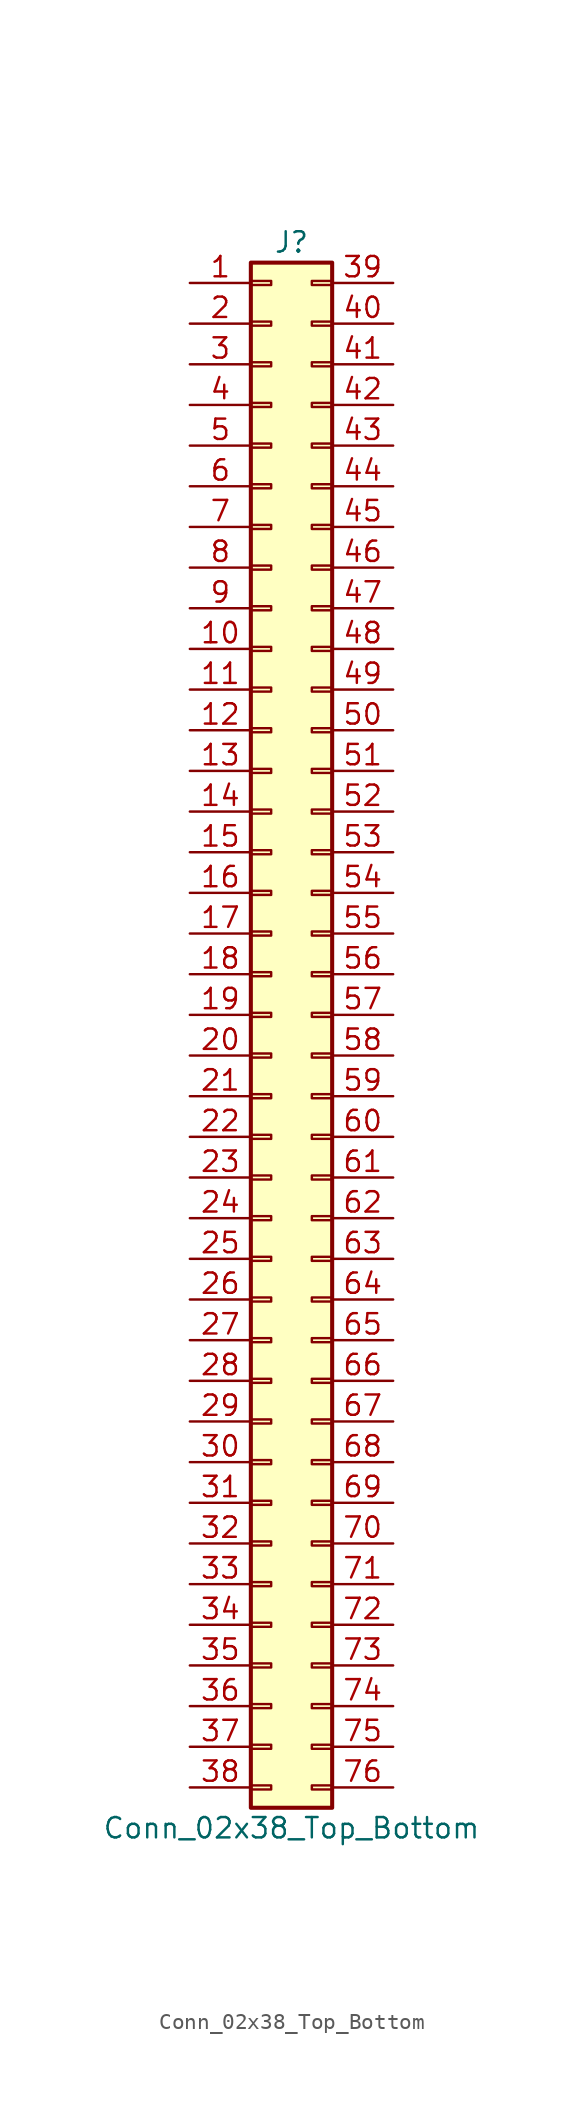
<source format=kicad_sym>
(kicad_symbol_lib
  (version 20220914)
  (generator kicad_symbol_editor)
  (symbol "Conn_02x38_Top_Bottom"
    (pin_names
      (offset 1.016) hide)
    (property "Reference" "J"
      (at 1.27 48.26 0)
      (effects (font (size 1.27 1.27))))
    (property "Value" "Conn_02x38_Top_Bottom"
      (at 1.27 -50.8 0)
      (effects (font (size 1.27 1.27))))
    (symbol "Conn_02x38_Top_Bottom_1_1"
      (rectangle (start -1.27 -48.133) (end 0 -48.387) (stroke (width 0.152) (type default)) (fill (type none)))
      (rectangle (start -1.27 -45.593) (end 0 -45.847) (stroke (width 0.152) (type default)) (fill (type none)))
      (rectangle (start -1.27 -43.053) (end 0 -43.307) (stroke (width 0.152) (type default)) (fill (type none)))
      (rectangle (start -1.27 -40.513) (end 0 -40.767) (stroke (width 0.152) (type default)) (fill (type none)))
      (rectangle (start -1.27 -37.973) (end 0 -38.227) (stroke (width 0.152) (type default)) (fill (type none)))
      (rectangle (start -1.27 -35.433) (end 0 -35.687) (stroke (width 0.152) (type default)) (fill (type none)))
      (rectangle (start -1.27 -32.893) (end 0 -33.147) (stroke (width 0.152) (type default)) (fill (type none)))
      (rectangle (start -1.27 -30.353) (end 0 -30.607) (stroke (width 0.152) (type default)) (fill (type none)))
      (rectangle (start -1.27 -27.813) (end 0 -28.067) (stroke (width 0.152) (type default)) (fill (type none)))
      (rectangle (start -1.27 -25.273) (end 0 -25.527) (stroke (width 0.152) (type default)) (fill (type none)))
      (rectangle (start -1.27 -22.733) (end 0 -22.987) (stroke (width 0.152) (type default)) (fill (type none)))
      (rectangle (start -1.27 -20.193) (end 0 -20.447) (stroke (width 0.152) (type default)) (fill (type none)))
      (rectangle (start -1.27 -17.653) (end 0 -17.907) (stroke (width 0.152) (type default)) (fill (type none)))
      (rectangle (start -1.27 -15.113) (end 0 -15.367) (stroke (width 0.152) (type default)) (fill (type none)))
      (rectangle (start -1.27 -12.573) (end 0 -12.827) (stroke (width 0.152) (type default)) (fill (type none)))
      (rectangle (start -1.27 -10.033) (end 0 -10.287) (stroke (width 0.152) (type default)) (fill (type none)))
      (rectangle (start -1.27 -7.493) (end 0 -7.747) (stroke (width 0.152) (type default)) (fill (type none)))
      (rectangle (start -1.27 -4.953) (end 0 -5.207) (stroke (width 0.152) (type default)) (fill (type none)))
      (rectangle (start -1.27 -2.413) (end 0 -2.667) (stroke (width 0.152) (type default)) (fill (type none)))
      (rectangle (start -1.27 0.127) (end 0 -0.127) (stroke (width 0.152) (type default)) (fill (type none)))
      (rectangle (start -1.27 2.667) (end 0 2.413) (stroke (width 0.152) (type default)) (fill (type none)))
      (rectangle (start -1.27 5.207) (end 0 4.953) (stroke (width 0.152) (type default)) (fill (type none)))
      (rectangle (start -1.27 7.747) (end 0 7.493) (stroke (width 0.152) (type default)) (fill (type none)))
      (rectangle (start -1.27 10.287) (end 0 10.033) (stroke (width 0.152) (type default)) (fill (type none)))
      (rectangle (start -1.27 12.827) (end 0 12.573) (stroke (width 0.152) (type default)) (fill (type none)))
      (rectangle (start -1.27 15.367) (end 0 15.113) (stroke (width 0.152) (type default)) (fill (type none)))
      (rectangle (start -1.27 17.907) (end 0 17.653) (stroke (width 0.152) (type default)) (fill (type none)))
      (rectangle (start -1.27 20.447) (end 0 20.193) (stroke (width 0.152) (type default)) (fill (type none)))
      (rectangle (start -1.27 22.987) (end 0 22.733) (stroke (width 0.152) (type default)) (fill (type none)))
      (rectangle (start -1.27 25.527) (end 0 25.273) (stroke (width 0.152) (type default)) (fill (type none)))
      (rectangle (start -1.27 28.067) (end 0 27.813) (stroke (width 0.152) (type default)) (fill (type none)))
      (rectangle (start -1.27 30.607) (end 0 30.353) (stroke (width 0.152) (type default)) (fill (type none)))
      (rectangle (start -1.27 33.147) (end 0 32.893) (stroke (width 0.152) (type default)) (fill (type none)))
      (rectangle (start -1.27 35.687) (end 0 35.433) (stroke (width 0.152) (type default)) (fill (type none)))
      (rectangle (start -1.27 38.227) (end 0 37.973) (stroke (width 0.152) (type default)) (fill (type none)))
      (rectangle (start -1.27 40.767) (end 0 40.513) (stroke (width 0.152) (type default)) (fill (type none)))
      (rectangle (start -1.27 43.307) (end 0 43.053) (stroke (width 0.152) (type default)) (fill (type none)))
      (rectangle (start -1.27 45.847) (end 0 45.593) (stroke (width 0.152) (type default)) (fill (type none)))
      (rectangle (start -1.27 46.99) (end 3.81 -49.53) (stroke (width 0.254) (type default)) (fill (type background)))
      (rectangle (start 3.81 -48.133) (end 2.54 -48.387) (stroke (width 0.152) (type default)) (fill (type none)))
      (rectangle (start 3.81 -45.593) (end 2.54 -45.847) (stroke (width 0.152) (type default)) (fill (type none)))
      (rectangle (start 3.81 -43.053) (end 2.54 -43.307) (stroke (width 0.152) (type default)) (fill (type none)))
      (rectangle (start 3.81 -40.513) (end 2.54 -40.767) (stroke (width 0.152) (type default)) (fill (type none)))
      (rectangle (start 3.81 -37.973) (end 2.54 -38.227) (stroke (width 0.152) (type default)) (fill (type none)))
      (rectangle (start 3.81 -35.433) (end 2.54 -35.687) (stroke (width 0.152) (type default)) (fill (type none)))
      (rectangle (start 3.81 -32.893) (end 2.54 -33.147) (stroke (width 0.152) (type default)) (fill (type none)))
      (rectangle (start 3.81 -30.353) (end 2.54 -30.607) (stroke (width 0.152) (type default)) (fill (type none)))
      (rectangle (start 3.81 -27.813) (end 2.54 -28.067) (stroke (width 0.152) (type default)) (fill (type none)))
      (rectangle (start 3.81 -25.273) (end 2.54 -25.527) (stroke (width 0.152) (type default)) (fill (type none)))
      (rectangle (start 3.81 -22.733) (end 2.54 -22.987) (stroke (width 0.152) (type default)) (fill (type none)))
      (rectangle (start 3.81 -20.193) (end 2.54 -20.447) (stroke (width 0.152) (type default)) (fill (type none)))
      (rectangle (start 3.81 -17.653) (end 2.54 -17.907) (stroke (width 0.152) (type default)) (fill (type none)))
      (rectangle (start 3.81 -15.113) (end 2.54 -15.367) (stroke (width 0.152) (type default)) (fill (type none)))
      (rectangle (start 3.81 -12.573) (end 2.54 -12.827) (stroke (width 0.152) (type default)) (fill (type none)))
      (rectangle (start 3.81 -10.033) (end 2.54 -10.287) (stroke (width 0.152) (type default)) (fill (type none)))
      (rectangle (start 3.81 -7.493) (end 2.54 -7.747) (stroke (width 0.152) (type default)) (fill (type none)))
      (rectangle (start 3.81 -4.953) (end 2.54 -5.207) (stroke (width 0.152) (type default)) (fill (type none)))
      (rectangle (start 3.81 -2.413) (end 2.54 -2.667) (stroke (width 0.152) (type default)) (fill (type none)))
      (rectangle (start 3.81 0.127) (end 2.54 -0.127) (stroke (width 0.152) (type default)) (fill (type none)))
      (rectangle (start 3.81 2.667) (end 2.54 2.413) (stroke (width 0.152) (type default)) (fill (type none)))
      (rectangle (start 3.81 5.207) (end 2.54 4.953) (stroke (width 0.152) (type default)) (fill (type none)))
      (rectangle (start 3.81 7.747) (end 2.54 7.493) (stroke (width 0.152) (type default)) (fill (type none)))
      (rectangle (start 3.81 10.287) (end 2.54 10.033) (stroke (width 0.152) (type default)) (fill (type none)))
      (rectangle (start 3.81 12.827) (end 2.54 12.573) (stroke (width 0.152) (type default)) (fill (type none)))
      (rectangle (start 3.81 15.367) (end 2.54 15.113) (stroke (width 0.152) (type default)) (fill (type none)))
      (rectangle (start 3.81 17.907) (end 2.54 17.653) (stroke (width 0.152) (type default)) (fill (type none)))
      (rectangle (start 3.81 20.447) (end 2.54 20.193) (stroke (width 0.152) (type default)) (fill (type none)))
      (rectangle (start 3.81 22.987) (end 2.54 22.733) (stroke (width 0.152) (type default)) (fill (type none)))
      (rectangle (start 3.81 25.527) (end 2.54 25.273) (stroke (width 0.152) (type default)) (fill (type none)))
      (rectangle (start 3.81 28.067) (end 2.54 27.813) (stroke (width 0.152) (type default)) (fill (type none)))
      (rectangle (start 3.81 30.607) (end 2.54 30.353) (stroke (width 0.152) (type default)) (fill (type none)))
      (rectangle (start 3.81 33.147) (end 2.54 32.893) (stroke (width 0.152) (type default)) (fill (type none)))
      (rectangle (start 3.81 35.687) (end 2.54 35.433) (stroke (width 0.152) (type default)) (fill (type none)))
      (rectangle (start 3.81 38.227) (end 2.54 37.973) (stroke (width 0.152) (type default)) (fill (type none)))
      (rectangle (start 3.81 40.767) (end 2.54 40.513) (stroke (width 0.152) (type default)) (fill (type none)))
      (rectangle (start 3.81 43.307) (end 2.54 43.053) (stroke (width 0.152) (type default)) (fill (type none)))
      (rectangle (start 3.81 45.847) (end 2.54 45.593) (stroke (width 0.152) (type default)) (fill (type none)))
      (pin passive line (at -5.08 45.72 0) (length 3.81) (name "Pin_1" (effects (font (size 1.27 1.27)))) (number "1" (effects (font (size 1.27 1.27)))))
      (pin passive line (at -5.08 22.86 0) (length 3.81) (name "Pin_10" (effects (font (size 1.27 1.27)))) (number "10" (effects (font (size 1.27 1.27)))))
      (pin passive line (at -5.08 20.32 0) (length 3.81) (name "Pin_11" (effects (font (size 1.27 1.27)))) (number "11" (effects (font (size 1.27 1.27)))))
      (pin passive line (at -5.08 17.78 0) (length 3.81) (name "Pin_12" (effects (font (size 1.27 1.27)))) (number "12" (effects (font (size 1.27 1.27)))))
      (pin passive line (at -5.08 15.24 0) (length 3.81) (name "Pin_13" (effects (font (size 1.27 1.27)))) (number "13" (effects (font (size 1.27 1.27)))))
      (pin passive line (at -5.08 12.7 0) (length 3.81) (name "Pin_14" (effects (font (size 1.27 1.27)))) (number "14" (effects (font (size 1.27 1.27)))))
      (pin passive line (at -5.08 10.16 0) (length 3.81) (name "Pin_15" (effects (font (size 1.27 1.27)))) (number "15" (effects (font (size 1.27 1.27)))))
      (pin passive line (at -5.08 7.62 0) (length 3.81) (name "Pin_16" (effects (font (size 1.27 1.27)))) (number "16" (effects (font (size 1.27 1.27)))))
      (pin passive line (at -5.08 5.08 0) (length 3.81) (name "Pin_17" (effects (font (size 1.27 1.27)))) (number "17" (effects (font (size 1.27 1.27)))))
      (pin passive line (at -5.08 2.54 0) (length 3.81) (name "Pin_18" (effects (font (size 1.27 1.27)))) (number "18" (effects (font (size 1.27 1.27)))))
      (pin passive line (at -5.08 0 0) (length 3.81) (name "Pin_19" (effects (font (size 1.27 1.27)))) (number "19" (effects (font (size 1.27 1.27)))))
      (pin passive line (at -5.08 43.18 0) (length 3.81) (name "Pin_2" (effects (font (size 1.27 1.27)))) (number "2" (effects (font (size 1.27 1.27)))))
      (pin passive line (at -5.08 -2.54 0) (length 3.81) (name "Pin_20" (effects (font (size 1.27 1.27)))) (number "20" (effects (font (size 1.27 1.27)))))
      (pin passive line (at -5.08 -5.08 0) (length 3.81) (name "Pin_21" (effects (font (size 1.27 1.27)))) (number "21" (effects (font (size 1.27 1.27)))))
      (pin passive line (at -5.08 -7.62 0) (length 3.81) (name "Pin_22" (effects (font (size 1.27 1.27)))) (number "22" (effects (font (size 1.27 1.27)))))
      (pin passive line (at -5.08 -10.16 0) (length 3.81) (name "Pin_23" (effects (font (size 1.27 1.27)))) (number "23" (effects (font (size 1.27 1.27)))))
      (pin passive line (at -5.08 -12.7 0) (length 3.81) (name "Pin_24" (effects (font (size 1.27 1.27)))) (number "24" (effects (font (size 1.27 1.27)))))
      (pin passive line (at -5.08 -15.24 0) (length 3.81) (name "Pin_25" (effects (font (size 1.27 1.27)))) (number "25" (effects (font (size 1.27 1.27)))))
      (pin passive line (at -5.08 -17.78 0) (length 3.81) (name "Pin_26" (effects (font (size 1.27 1.27)))) (number "26" (effects (font (size 1.27 1.27)))))
      (pin passive line (at -5.08 -20.32 0) (length 3.81) (name "Pin_27" (effects (font (size 1.27 1.27)))) (number "27" (effects (font (size 1.27 1.27)))))
      (pin passive line (at -5.08 -22.86 0) (length 3.81) (name "Pin_28" (effects (font (size 1.27 1.27)))) (number "28" (effects (font (size 1.27 1.27)))))
      (pin passive line (at -5.08 -25.4 0) (length 3.81) (name "Pin_29" (effects (font (size 1.27 1.27)))) (number "29" (effects (font (size 1.27 1.27)))))
      (pin passive line (at -5.08 40.64 0) (length 3.81) (name "Pin_3" (effects (font (size 1.27 1.27)))) (number "3" (effects (font (size 1.27 1.27)))))
      (pin passive line (at -5.08 -27.94 0) (length 3.81) (name "Pin_30" (effects (font (size 1.27 1.27)))) (number "30" (effects (font (size 1.27 1.27)))))
      (pin passive line (at -5.08 -30.48 0) (length 3.81) (name "Pin_31" (effects (font (size 1.27 1.27)))) (number "31" (effects (font (size 1.27 1.27)))))
      (pin passive line (at -5.08 -33.02 0) (length 3.81) (name "Pin_32" (effects (font (size 1.27 1.27)))) (number "32" (effects (font (size 1.27 1.27)))))
      (pin passive line (at -5.08 -35.56 0) (length 3.81) (name "Pin_33" (effects (font (size 1.27 1.27)))) (number "33" (effects (font (size 1.27 1.27)))))
      (pin passive line (at -5.08 -38.1 0) (length 3.81) (name "Pin_34" (effects (font (size 1.27 1.27)))) (number "34" (effects (font (size 1.27 1.27)))))
      (pin passive line (at -5.08 -40.64 0) (length 3.81) (name "Pin_35" (effects (font (size 1.27 1.27)))) (number "35" (effects (font (size 1.27 1.27)))))
      (pin passive line (at -5.08 -43.18 0) (length 3.81) (name "Pin_36" (effects (font (size 1.27 1.27)))) (number "36" (effects (font (size 1.27 1.27)))))
      (pin passive line (at -5.08 -45.72 0) (length 3.81) (name "Pin_37" (effects (font (size 1.27 1.27)))) (number "37" (effects (font (size 1.27 1.27)))))
      (pin passive line (at -5.08 -48.26 0) (length 3.81) (name "Pin_38" (effects (font (size 1.27 1.27)))) (number "38" (effects (font (size 1.27 1.27)))))
      (pin passive line (at 7.62 45.72 180) (length 3.81) (name "Pin_39" (effects (font (size 1.27 1.27)))) (number "39" (effects (font (size 1.27 1.27)))))
      (pin passive line (at -5.08 38.1 0) (length 3.81) (name "Pin_4" (effects (font (size 1.27 1.27)))) (number "4" (effects (font (size 1.27 1.27)))))
      (pin passive line (at 7.62 43.18 180) (length 3.81) (name "Pin_40" (effects (font (size 1.27 1.27)))) (number "40" (effects (font (size 1.27 1.27)))))
      (pin passive line (at 7.62 40.64 180) (length 3.81) (name "Pin_41" (effects (font (size 1.27 1.27)))) (number "41" (effects (font (size 1.27 1.27)))))
      (pin passive line (at 7.62 38.1 180) (length 3.81) (name "Pin_42" (effects (font (size 1.27 1.27)))) (number "42" (effects (font (size 1.27 1.27)))))
      (pin passive line (at 7.62 35.56 180) (length 3.81) (name "Pin_43" (effects (font (size 1.27 1.27)))) (number "43" (effects (font (size 1.27 1.27)))))
      (pin passive line (at 7.62 33.02 180) (length 3.81) (name "Pin_44" (effects (font (size 1.27 1.27)))) (number "44" (effects (font (size 1.27 1.27)))))
      (pin passive line (at 7.62 30.48 180) (length 3.81) (name "Pin_45" (effects (font (size 1.27 1.27)))) (number "45" (effects (font (size 1.27 1.27)))))
      (pin passive line (at 7.62 27.94 180) (length 3.81) (name "Pin_46" (effects (font (size 1.27 1.27)))) (number "46" (effects (font (size 1.27 1.27)))))
      (pin passive line (at 7.62 25.4 180) (length 3.81) (name "Pin_47" (effects (font (size 1.27 1.27)))) (number "47" (effects (font (size 1.27 1.27)))))
      (pin passive line (at 7.62 22.86 180) (length 3.81) (name "Pin_48" (effects (font (size 1.27 1.27)))) (number "48" (effects (font (size 1.27 1.27)))))
      (pin passive line (at 7.62 20.32 180) (length 3.81) (name "Pin_49" (effects (font (size 1.27 1.27)))) (number "49" (effects (font (size 1.27 1.27)))))
      (pin passive line (at -5.08 35.56 0) (length 3.81) (name "Pin_5" (effects (font (size 1.27 1.27)))) (number "5" (effects (font (size 1.27 1.27)))))
      (pin passive line (at 7.62 17.78 180) (length 3.81) (name "Pin_50" (effects (font (size 1.27 1.27)))) (number "50" (effects (font (size 1.27 1.27)))))
      (pin passive line (at 7.62 15.24 180) (length 3.81) (name "Pin_51" (effects (font (size 1.27 1.27)))) (number "51" (effects (font (size 1.27 1.27)))))
      (pin passive line (at 7.62 12.7 180) (length 3.81) (name "Pin_52" (effects (font (size 1.27 1.27)))) (number "52" (effects (font (size 1.27 1.27)))))
      (pin passive line (at 7.62 10.16 180) (length 3.81) (name "Pin_53" (effects (font (size 1.27 1.27)))) (number "53" (effects (font (size 1.27 1.27)))))
      (pin passive line (at 7.62 7.62 180) (length 3.81) (name "Pin_54" (effects (font (size 1.27 1.27)))) (number "54" (effects (font (size 1.27 1.27)))))
      (pin passive line (at 7.62 5.08 180) (length 3.81) (name "Pin_55" (effects (font (size 1.27 1.27)))) (number "55" (effects (font (size 1.27 1.27)))))
      (pin passive line (at 7.62 2.54 180) (length 3.81) (name "Pin_56" (effects (font (size 1.27 1.27)))) (number "56" (effects (font (size 1.27 1.27)))))
      (pin passive line (at 7.62 0 180) (length 3.81) (name "Pin_57" (effects (font (size 1.27 1.27)))) (number "57" (effects (font (size 1.27 1.27)))))
      (pin passive line (at 7.62 -2.54 180) (length 3.81) (name "Pin_58" (effects (font (size 1.27 1.27)))) (number "58" (effects (font (size 1.27 1.27)))))
      (pin passive line (at 7.62 -5.08 180) (length 3.81) (name "Pin_59" (effects (font (size 1.27 1.27)))) (number "59" (effects (font (size 1.27 1.27)))))
      (pin passive line (at -5.08 33.02 0) (length 3.81) (name "Pin_6" (effects (font (size 1.27 1.27)))) (number "6" (effects (font (size 1.27 1.27)))))
      (pin passive line (at 7.62 -7.62 180) (length 3.81) (name "Pin_60" (effects (font (size 1.27 1.27)))) (number "60" (effects (font (size 1.27 1.27)))))
      (pin passive line (at 7.62 -10.16 180) (length 3.81) (name "Pin_61" (effects (font (size 1.27 1.27)))) (number "61" (effects (font (size 1.27 1.27)))))
      (pin passive line (at 7.62 -12.7 180) (length 3.81) (name "Pin_62" (effects (font (size 1.27 1.27)))) (number "62" (effects (font (size 1.27 1.27)))))
      (pin passive line (at 7.62 -15.24 180) (length 3.81) (name "Pin_63" (effects (font (size 1.27 1.27)))) (number "63" (effects (font (size 1.27 1.27)))))
      (pin passive line (at 7.62 -17.78 180) (length 3.81) (name "Pin_64" (effects (font (size 1.27 1.27)))) (number "64" (effects (font (size 1.27 1.27)))))
      (pin passive line (at 7.62 -20.32 180) (length 3.81) (name "Pin_65" (effects (font (size 1.27 1.27)))) (number "65" (effects (font (size 1.27 1.27)))))
      (pin passive line (at 7.62 -22.86 180) (length 3.81) (name "Pin_66" (effects (font (size 1.27 1.27)))) (number "66" (effects (font (size 1.27 1.27)))))
      (pin passive line (at 7.62 -25.4 180) (length 3.81) (name "Pin_67" (effects (font (size 1.27 1.27)))) (number "67" (effects (font (size 1.27 1.27)))))
      (pin passive line (at 7.62 -27.94 180) (length 3.81) (name "Pin_68" (effects (font (size 1.27 1.27)))) (number "68" (effects (font (size 1.27 1.27)))))
      (pin passive line (at 7.62 -30.48 180) (length 3.81) (name "Pin_69" (effects (font (size 1.27 1.27)))) (number "69" (effects (font (size 1.27 1.27)))))
      (pin passive line (at -5.08 30.48 0) (length 3.81) (name "Pin_7" (effects (font (size 1.27 1.27)))) (number "7" (effects (font (size 1.27 1.27)))))
      (pin passive line (at 7.62 -33.02 180) (length 3.81) (name "Pin_70" (effects (font (size 1.27 1.27)))) (number "70" (effects (font (size 1.27 1.27)))))
      (pin passive line (at 7.62 -35.56 180) (length 3.81) (name "Pin_71" (effects (font (size 1.27 1.27)))) (number "71" (effects (font (size 1.27 1.27)))))
      (pin passive line (at 7.62 -38.1 180) (length 3.81) (name "Pin_72" (effects (font (size 1.27 1.27)))) (number "72" (effects (font (size 1.27 1.27)))))
      (pin passive line (at 7.62 -40.64 180) (length 3.81) (name "Pin_73" (effects (font (size 1.27 1.27)))) (number "73" (effects (font (size 1.27 1.27)))))
      (pin passive line (at 7.62 -43.18 180) (length 3.81) (name "Pin_74" (effects (font (size 1.27 1.27)))) (number "74" (effects (font (size 1.27 1.27)))))
      (pin passive line (at 7.62 -45.72 180) (length 3.81) (name "Pin_75" (effects (font (size 1.27 1.27)))) (number "75" (effects (font (size 1.27 1.27)))))
      (pin passive line (at 7.62 -48.26 180) (length 3.81) (name "Pin_76" (effects (font (size 1.27 1.27)))) (number "76" (effects (font (size 1.27 1.27)))))
      (pin passive line (at -5.08 27.94 0) (length 3.81) (name "Pin_8" (effects (font (size 1.27 1.27)))) (number "8" (effects (font (size 1.27 1.27)))))
      (pin passive line (at -5.08 25.4 0) (length 3.81) (name "Pin_9" (effects (font (size 1.27 1.27)))) (number "9" (effects (font (size 1.27 1.27))))))))
</source>
